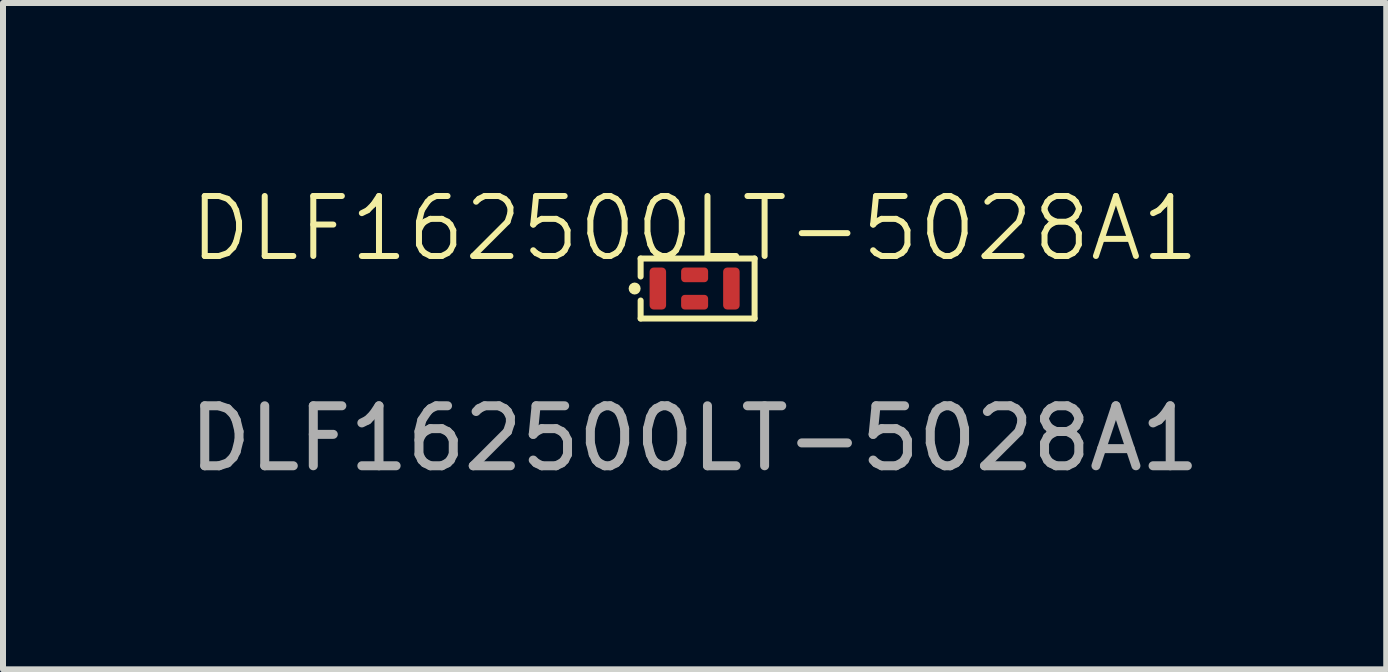
<source format=kicad_pcb>
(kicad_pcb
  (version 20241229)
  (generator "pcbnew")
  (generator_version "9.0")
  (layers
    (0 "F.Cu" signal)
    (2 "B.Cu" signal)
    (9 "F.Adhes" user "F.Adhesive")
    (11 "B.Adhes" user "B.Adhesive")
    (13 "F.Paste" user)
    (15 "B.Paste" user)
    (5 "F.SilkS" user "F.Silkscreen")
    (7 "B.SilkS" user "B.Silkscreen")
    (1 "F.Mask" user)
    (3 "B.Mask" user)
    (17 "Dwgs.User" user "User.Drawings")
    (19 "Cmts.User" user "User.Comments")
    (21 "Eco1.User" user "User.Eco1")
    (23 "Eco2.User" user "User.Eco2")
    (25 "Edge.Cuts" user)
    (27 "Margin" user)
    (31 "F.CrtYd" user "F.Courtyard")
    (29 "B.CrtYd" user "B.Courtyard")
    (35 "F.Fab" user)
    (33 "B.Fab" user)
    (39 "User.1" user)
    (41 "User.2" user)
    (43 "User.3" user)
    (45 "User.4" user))
  (footprint "DLF162500LT-5028A1"
    (layer "F.Cu")
    (at 8.53 1.76)
    (property "Reference" "DLF162500LT-5028A1" (at 0 -1 0) (unlocked yes) (layer "F.SilkS") (effects (font (size 1 1) (thickness 0.1))))
    (attr smd)
    (fp_line (start -0.9 -0.5) (end 1 -0.5) (stroke (width 0.1) (type default)) (layer "F.SilkS"))
    (fp_line (start -0.9 -0.2) (end -0.9 -0.5) (stroke (width 0.1) (type default)) (layer "F.SilkS"))
    (fp_line (start -0.9 0.5) (end -0.9 0.2) (stroke (width 0.1) (type default)) (layer "F.SilkS"))
    (fp_line (start 1 -0.5) (end 1 0.5) (stroke (width 0.1) (type default)) (layer "F.SilkS"))
    (fp_line (start 1 0.5) (end -0.9 0.5) (stroke (width 0.1) (type default)) (layer "F.SilkS"))
    (fp_circle (center -1 0) (end -0.95 0) (stroke (width 0.1) (type default)) (fill no) (layer "F.SilkS"))
    (fp_text user "${REFERENCE}" (at 0 2.5 0) (unlocked yes) (layer "F.Fab") (effects (font (size 1 1) (thickness 0.15))))
    (pad "1" smd roundrect (at -0.613 0) (size 0.275 0.7) (layers "F.Cu" "F.Mask" "F.Paste") (roundrect_rratio 0.25))
    (pad "2" smd roundrect (at 0 0.228 180) (size 0.45 0.245) (layers "F.Cu" "F.Mask" "F.Paste") (roundrect_rratio 0.25))
    (pad "3" smd roundrect (at 0.613 0) (size 0.275 0.7) (layers "F.Cu" "F.Mask" "F.Paste") (roundrect_rratio 0.25))
    (pad "4" smd roundrect (at 0 -0.228 180) (size 0.45 0.245) (layers "F.Cu" "F.Mask" "F.Paste") (roundrect_rratio 0.25)))
  (gr_rect
    (start -3 -3)
    (end 20.06 8.109)
    (stroke (width 0.1) (type default))
    (fill no)
    (layer "Edge.Cuts")))
</source>
